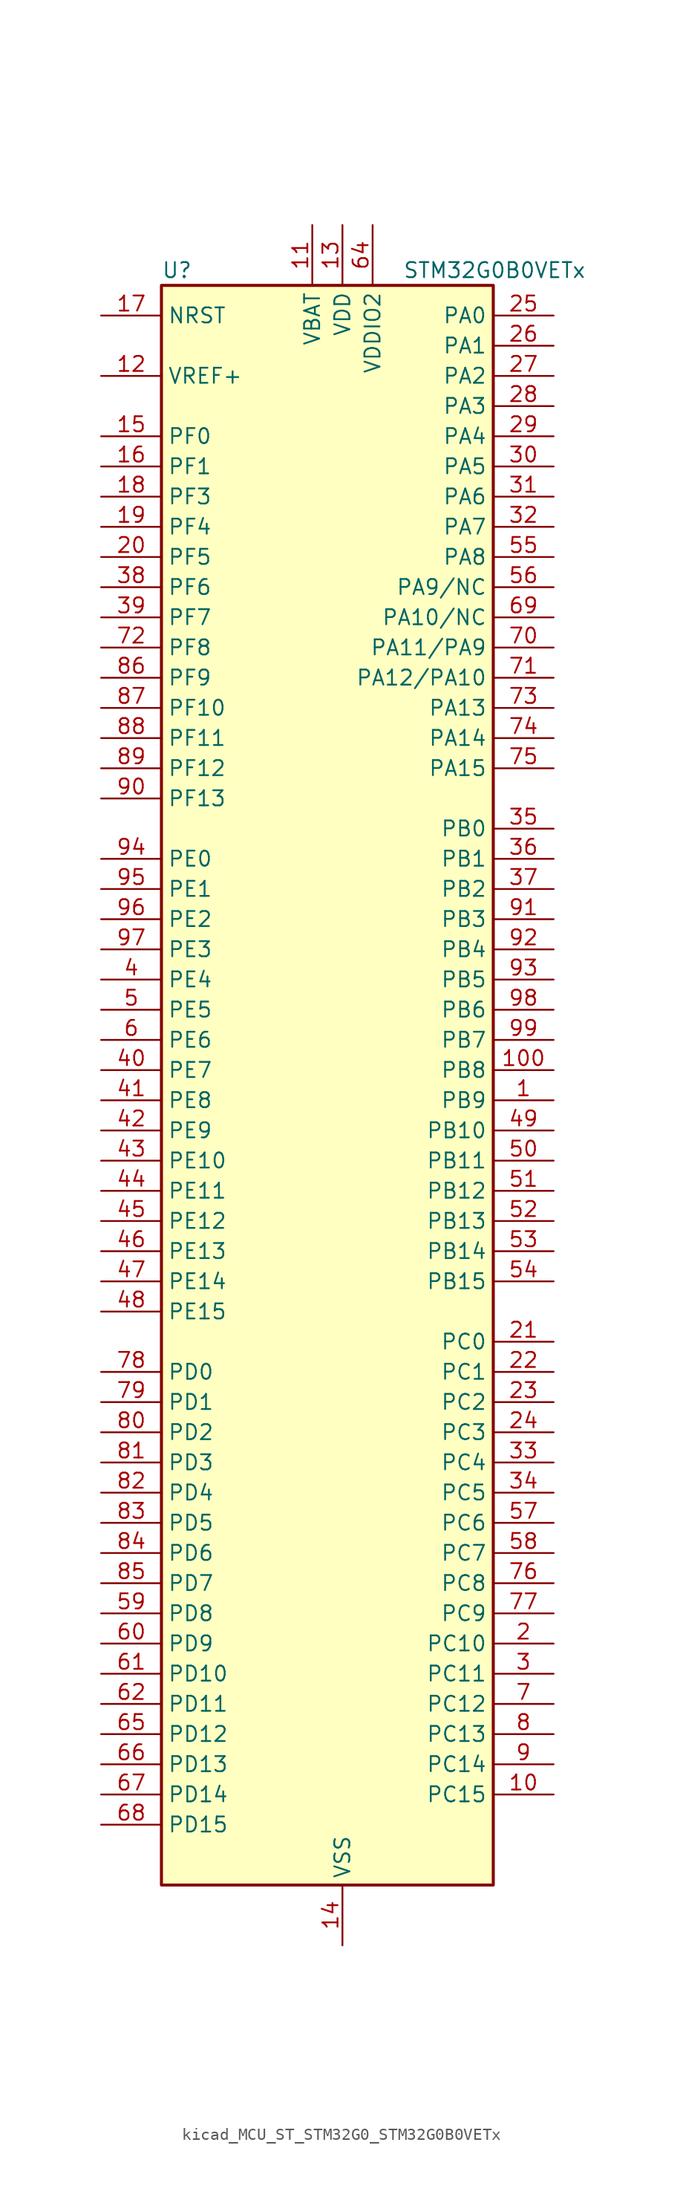
<source format=kicad_sym>
(kicad_symbol_lib
  (version 20220914)
  (generator kicad_symbol_editor)
  (symbol "kicad_MCU_ST_STM32G0_STM32G0B0VETx"
    (property "Reference" "U"
      (at -12.7 69.85 0)
      (effects (font (size 1.27 1.27)) (justify left)))
    (property "Value" "STM32G0B0VETx"
      (at 7.62 69.85 0)
      (effects (font (size 1.27 1.27)) (justify left)))
    (property "ki_locked" ""
      (at 0 0 0)
      (effects (font (size 1.27 1.27))))
    (symbol "kicad_MCU_ST_STM32G0_STM32G0B0VETx_0_1"
      (rectangle (start -12.7 -66.04) (end 15.24 68.58) (stroke (width 0.254) (type default)) (fill (type background))))
    (symbol "kicad_MCU_ST_STM32G0_STM32G0B0VETx_1_1"
      (pin bidirectional line (at 20.32 0 180) (length 5.08) (name "PB9" (effects (font (size 1.27 1.27)))) (number "1" (effects (font (size 1.27 1.27)))) (alternate "I2C1_SDA" bidirectional line) (alternate "I2S2_WS" bidirectional line) (alternate "IR_OUT" bidirectional line) (alternate "SPI2_NSS" bidirectional line) (alternate "TIM17_CH1" bidirectional line) (alternate "TIM4_CH4" bidirectional line) (alternate "USART3_RX" bidirectional line) (alternate "USART6_RX" bidirectional line))
      (pin bidirectional line (at 20.32 -58.42 180) (length 5.08) (name "PC15" (effects (font (size 1.27 1.27)))) (number "10" (effects (font (size 1.27 1.27)))) (alternate "RCC_OSC32_EN" bidirectional line) (alternate "RCC_OSC32_OUT" bidirectional line) (alternate "RCC_OSC_EN" bidirectional line) (alternate "TIM15_BK" bidirectional line))
      (pin bidirectional line (at 20.32 2.54 180) (length 5.08) (name "PB8" (effects (font (size 1.27 1.27)))) (number "100" (effects (font (size 1.27 1.27)))) (alternate "I2C1_SCL" bidirectional line) (alternate "I2S2_CK" bidirectional line) (alternate "SPI2_SCK" bidirectional line) (alternate "TIM15_BK" bidirectional line) (alternate "TIM16_CH1" bidirectional line) (alternate "TIM4_CH3" bidirectional line) (alternate "USART3_TX" bidirectional line) (alternate "USART6_TX" bidirectional line))
      (pin power_in line (at 0 73.66 270) (length 5.08) (name "VBAT" (effects (font (size 1.27 1.27)))) (number "11" (effects (font (size 1.27 1.27)))))
      (pin input line (at -17.78 60.96 0) (length 5.08) (name "VREF+" (effects (font (size 1.27 1.27)))) (number "12" (effects (font (size 1.27 1.27)))))
      (pin power_in line (at 2.54 73.66 270) (length 5.08) (name "VDD" (effects (font (size 1.27 1.27)))) (number "13" (effects (font (size 1.27 1.27)))))
      (pin power_in line (at 2.54 -71.12 90) (length 5.08) (name "VSS" (effects (font (size 1.27 1.27)))) (number "14" (effects (font (size 1.27 1.27)))))
      (pin bidirectional line (at -17.78 55.88 0) (length 5.08) (name "PF0" (effects (font (size 1.27 1.27)))) (number "15" (effects (font (size 1.27 1.27)))) (alternate "CRS1_SYNC" bidirectional line) (alternate "RCC_OSC_IN" bidirectional line) (alternate "TIM14_CH1" bidirectional line))
      (pin bidirectional line (at -17.78 53.34 0) (length 5.08) (name "PF1" (effects (font (size 1.27 1.27)))) (number "16" (effects (font (size 1.27 1.27)))) (alternate "RCC_OSC_EN" bidirectional line) (alternate "RCC_OSC_OUT" bidirectional line) (alternate "TIM15_CH1N" bidirectional line))
      (pin input line (at -17.78 66.04 0) (length 5.08) (name "NRST" (effects (font (size 1.27 1.27)))) (number "17" (effects (font (size 1.27 1.27)))))
      (pin bidirectional line (at -17.78 50.8 0) (length 5.08) (name "PF3" (effects (font (size 1.27 1.27)))) (number "18" (effects (font (size 1.27 1.27)))) (alternate "USART6_CK" bidirectional line) (alternate "USART6_DE" bidirectional line) (alternate "USART6_RTS" bidirectional line))
      (pin bidirectional line (at -17.78 48.26 0) (length 5.08) (name "PF4" (effects (font (size 1.27 1.27)))) (number "19" (effects (font (size 1.27 1.27)))))
      (pin bidirectional line (at 20.32 -45.72 180) (length 5.08) (name "PC10" (effects (font (size 1.27 1.27)))) (number "2" (effects (font (size 1.27 1.27)))) (alternate "SPI3_SCK" bidirectional line) (alternate "TIM1_CH3" bidirectional line) (alternate "USART3_TX" bidirectional line) (alternate "USART4_TX" bidirectional line))
      (pin bidirectional line (at -17.78 45.72 0) (length 5.08) (name "PF5" (effects (font (size 1.27 1.27)))) (number "20" (effects (font (size 1.27 1.27)))))
      (pin bidirectional line (at 20.32 -20.32 180) (length 5.08) (name "PC0" (effects (font (size 1.27 1.27)))) (number "21" (effects (font (size 1.27 1.27)))) (alternate "I2C3_SCL" bidirectional line) (alternate "USART6_TX" bidirectional line))
      (pin bidirectional line (at 20.32 -22.86 180) (length 5.08) (name "PC1" (effects (font (size 1.27 1.27)))) (number "22" (effects (font (size 1.27 1.27)))) (alternate "I2C3_SDA" bidirectional line) (alternate "TIM15_CH1" bidirectional line) (alternate "USART6_RX" bidirectional line))
      (pin bidirectional line (at 20.32 -25.4 180) (length 5.08) (name "PC2" (effects (font (size 1.27 1.27)))) (number "23" (effects (font (size 1.27 1.27)))) (alternate "I2S2_MCK" bidirectional line) (alternate "SPI2_MISO" bidirectional line) (alternate "TIM15_CH2" bidirectional line))
      (pin bidirectional line (at 20.32 -27.94 180) (length 5.08) (name "PC3" (effects (font (size 1.27 1.27)))) (number "24" (effects (font (size 1.27 1.27)))) (alternate "I2S2_SD" bidirectional line) (alternate "SPI2_MOSI" bidirectional line))
      (pin bidirectional line (at 20.32 66.04 180) (length 5.08) (name "PA0" (effects (font (size 1.27 1.27)))) (number "25" (effects (font (size 1.27 1.27)))) (alternate "ADC1_IN0" bidirectional line) (alternate "I2S2_CK" bidirectional line) (alternate "RTC_TAMP_IN2" bidirectional line) (alternate "SPI2_SCK" bidirectional line) (alternate "SYS_WKUP1" bidirectional line) (alternate "USART2_CTS" bidirectional line) (alternate "USART2_NSS" bidirectional line) (alternate "USART4_TX" bidirectional line))
      (pin bidirectional line (at 20.32 63.5 180) (length 5.08) (name "PA1" (effects (font (size 1.27 1.27)))) (number "26" (effects (font (size 1.27 1.27)))) (alternate "ADC1_IN1" bidirectional line) (alternate "I2C1_SMBA" bidirectional line) (alternate "I2S1_CK" bidirectional line) (alternate "SPI1_SCK" bidirectional line) (alternate "TIM15_CH1N" bidirectional line) (alternate "USART2_CK" bidirectional line) (alternate "USART2_DE" bidirectional line) (alternate "USART2_RTS" bidirectional line) (alternate "USART4_RX" bidirectional line))
      (pin bidirectional line (at 20.32 60.96 180) (length 5.08) (name "PA2" (effects (font (size 1.27 1.27)))) (number "27" (effects (font (size 1.27 1.27)))) (alternate "ADC1_IN2" bidirectional line) (alternate "I2S1_SD" bidirectional line) (alternate "RCC_LSCO" bidirectional line) (alternate "SPI1_MOSI" bidirectional line) (alternate "SYS_WKUP4" bidirectional line) (alternate "TIM15_CH1" bidirectional line) (alternate "USART2_TX" bidirectional line))
      (pin bidirectional line (at 20.32 58.42 180) (length 5.08) (name "PA3" (effects (font (size 1.27 1.27)))) (number "28" (effects (font (size 1.27 1.27)))) (alternate "ADC1_IN3" bidirectional line) (alternate "I2S2_MCK" bidirectional line) (alternate "SPI2_MISO" bidirectional line) (alternate "TIM15_CH2" bidirectional line) (alternate "USART2_RX" bidirectional line))
      (pin bidirectional line (at 20.32 55.88 180) (length 5.08) (name "PA4" (effects (font (size 1.27 1.27)))) (number "29" (effects (font (size 1.27 1.27)))) (alternate "ADC1_IN4" bidirectional line) (alternate "I2S1_WS" bidirectional line) (alternate "I2S2_SD" bidirectional line) (alternate "RTC_OUT2" bidirectional line) (alternate "SPI1_NSS" bidirectional line) (alternate "SPI2_MOSI" bidirectional line) (alternate "SPI3_NSS" bidirectional line) (alternate "TIM14_CH1" bidirectional line) (alternate "USART6_TX" bidirectional line) (alternate "USB_NOE" bidirectional line))
      (pin bidirectional line (at 20.32 -48.26 180) (length 5.08) (name "PC11" (effects (font (size 1.27 1.27)))) (number "3" (effects (font (size 1.27 1.27)))) (alternate "ADC1_EXTI11" bidirectional line) (alternate "SPI3_MISO" bidirectional line) (alternate "TIM1_CH4" bidirectional line) (alternate "USART3_RX" bidirectional line) (alternate "USART4_RX" bidirectional line))
      (pin bidirectional line (at 20.32 53.34 180) (length 5.08) (name "PA5" (effects (font (size 1.27 1.27)))) (number "30" (effects (font (size 1.27 1.27)))) (alternate "ADC1_IN5" bidirectional line) (alternate "I2S1_CK" bidirectional line) (alternate "SPI1_SCK" bidirectional line) (alternate "USART3_TX" bidirectional line) (alternate "USART6_RX" bidirectional line))
      (pin bidirectional line (at 20.32 50.8 180) (length 5.08) (name "PA6" (effects (font (size 1.27 1.27)))) (number "31" (effects (font (size 1.27 1.27)))) (alternate "ADC1_IN6" bidirectional line) (alternate "I2C2_SDA" bidirectional line) (alternate "I2C3_SDA" bidirectional line) (alternate "I2S1_MCK" bidirectional line) (alternate "SPI1_MISO" bidirectional line) (alternate "TIM16_CH1" bidirectional line) (alternate "TIM1_BK" bidirectional line) (alternate "TIM3_CH1" bidirectional line) (alternate "USART3_CTS" bidirectional line) (alternate "USART3_NSS" bidirectional line) (alternate "USART6_CTS" bidirectional line) (alternate "USART6_NSS" bidirectional line))
      (pin bidirectional line (at 20.32 48.26 180) (length 5.08) (name "PA7" (effects (font (size 1.27 1.27)))) (number "32" (effects (font (size 1.27 1.27)))) (alternate "ADC1_IN7" bidirectional line) (alternate "I2C2_SCL" bidirectional line) (alternate "I2C3_SCL" bidirectional line) (alternate "I2S1_SD" bidirectional line) (alternate "SPI1_MOSI" bidirectional line) (alternate "TIM14_CH1" bidirectional line) (alternate "TIM17_CH1" bidirectional line) (alternate "TIM1_CH1N" bidirectional line) (alternate "TIM3_CH2" bidirectional line) (alternate "USART6_CK" bidirectional line) (alternate "USART6_DE" bidirectional line) (alternate "USART6_RTS" bidirectional line))
      (pin bidirectional line (at 20.32 -30.48 180) (length 5.08) (name "PC4" (effects (font (size 1.27 1.27)))) (number "33" (effects (font (size 1.27 1.27)))) (alternate "ADC1_IN17" bidirectional line) (alternate "USART1_TX" bidirectional line) (alternate "USART3_TX" bidirectional line))
      (pin bidirectional line (at 20.32 -33.02 180) (length 5.08) (name "PC5" (effects (font (size 1.27 1.27)))) (number "34" (effects (font (size 1.27 1.27)))) (alternate "ADC1_IN18" bidirectional line) (alternate "SYS_WKUP5" bidirectional line) (alternate "USART1_RX" bidirectional line) (alternate "USART3_RX" bidirectional line))
      (pin bidirectional line (at 20.32 22.86 180) (length 5.08) (name "PB0" (effects (font (size 1.27 1.27)))) (number "35" (effects (font (size 1.27 1.27)))) (alternate "ADC1_IN8" bidirectional line) (alternate "I2S1_WS" bidirectional line) (alternate "SPI1_NSS" bidirectional line) (alternate "TIM1_CH2N" bidirectional line) (alternate "TIM3_CH3" bidirectional line) (alternate "USART3_RX" bidirectional line) (alternate "USART5_TX" bidirectional line))
      (pin bidirectional line (at 20.32 20.32 180) (length 5.08) (name "PB1" (effects (font (size 1.27 1.27)))) (number "36" (effects (font (size 1.27 1.27)))) (alternate "ADC1_IN9" bidirectional line) (alternate "TIM14_CH1" bidirectional line) (alternate "TIM1_CH3N" bidirectional line) (alternate "TIM3_CH4" bidirectional line) (alternate "USART3_CK" bidirectional line) (alternate "USART3_DE" bidirectional line) (alternate "USART3_RTS" bidirectional line) (alternate "USART5_RX" bidirectional line))
      (pin bidirectional line (at 20.32 17.78 180) (length 5.08) (name "PB2" (effects (font (size 1.27 1.27)))) (number "37" (effects (font (size 1.27 1.27)))) (alternate "ADC1_IN10" bidirectional line) (alternate "I2S2_MCK" bidirectional line) (alternate "RCC_MCO_2" bidirectional line) (alternate "SPI2_MISO" bidirectional line) (alternate "USART3_TX" bidirectional line))
      (pin bidirectional line (at -17.78 43.18 0) (length 5.08) (name "PF6" (effects (font (size 1.27 1.27)))) (number "38" (effects (font (size 1.27 1.27)))))
      (pin bidirectional line (at -17.78 40.64 0) (length 5.08) (name "PF7" (effects (font (size 1.27 1.27)))) (number "39" (effects (font (size 1.27 1.27)))) (alternate "USART5_CTS" bidirectional line) (alternate "USART5_NSS" bidirectional line))
      (pin bidirectional line (at -17.78 10.16 0) (length 5.08) (name "PE4" (effects (font (size 1.27 1.27)))) (number "4" (effects (font (size 1.27 1.27)))) (alternate "TIM3_CH2" bidirectional line))
      (pin bidirectional line (at -17.78 2.54 0) (length 5.08) (name "PE7" (effects (font (size 1.27 1.27)))) (number "40" (effects (font (size 1.27 1.27)))) (alternate "TIM1_ETR" bidirectional line) (alternate "USART5_CK" bidirectional line) (alternate "USART5_DE" bidirectional line) (alternate "USART5_RTS" bidirectional line))
      (pin bidirectional line (at -17.78 0 0) (length 5.08) (name "PE8" (effects (font (size 1.27 1.27)))) (number "41" (effects (font (size 1.27 1.27)))) (alternate "TIM1_CH1N" bidirectional line) (alternate "USART4_TX" bidirectional line))
      (pin bidirectional line (at -17.78 -2.54 0) (length 5.08) (name "PE9" (effects (font (size 1.27 1.27)))) (number "42" (effects (font (size 1.27 1.27)))) (alternate "TIM1_CH1" bidirectional line) (alternate "USART4_RX" bidirectional line))
      (pin bidirectional line (at -17.78 -5.08 0) (length 5.08) (name "PE10" (effects (font (size 1.27 1.27)))) (number "43" (effects (font (size 1.27 1.27)))) (alternate "TIM1_CH2N" bidirectional line) (alternate "USART5_TX" bidirectional line))
      (pin bidirectional line (at -17.78 -7.62 0) (length 5.08) (name "PE11" (effects (font (size 1.27 1.27)))) (number "44" (effects (font (size 1.27 1.27)))) (alternate "ADC1_EXTI11" bidirectional line) (alternate "TIM1_CH2" bidirectional line) (alternate "USART5_RX" bidirectional line))
      (pin bidirectional line (at -17.78 -10.16 0) (length 5.08) (name "PE12" (effects (font (size 1.27 1.27)))) (number "45" (effects (font (size 1.27 1.27)))) (alternate "I2S1_WS" bidirectional line) (alternate "SPI1_NSS" bidirectional line) (alternate "TIM1_CH3N" bidirectional line))
      (pin bidirectional line (at -17.78 -12.7 0) (length 5.08) (name "PE13" (effects (font (size 1.27 1.27)))) (number "46" (effects (font (size 1.27 1.27)))) (alternate "I2S1_CK" bidirectional line) (alternate "SPI1_SCK" bidirectional line) (alternate "TIM1_CH3" bidirectional line))
      (pin bidirectional line (at -17.78 -15.24 0) (length 5.08) (name "PE14" (effects (font (size 1.27 1.27)))) (number "47" (effects (font (size 1.27 1.27)))) (alternate "I2S1_MCK" bidirectional line) (alternate "SPI1_MISO" bidirectional line) (alternate "TIM1_BK2" bidirectional line) (alternate "TIM1_CH4" bidirectional line))
      (pin bidirectional line (at -17.78 -17.78 0) (length 5.08) (name "PE15" (effects (font (size 1.27 1.27)))) (number "48" (effects (font (size 1.27 1.27)))) (alternate "I2S1_SD" bidirectional line) (alternate "SPI1_MOSI" bidirectional line) (alternate "TIM1_BK" bidirectional line))
      (pin bidirectional line (at 20.32 -2.54 180) (length 5.08) (name "PB10" (effects (font (size 1.27 1.27)))) (number "49" (effects (font (size 1.27 1.27)))) (alternate "ADC1_IN11" bidirectional line) (alternate "I2C2_SCL" bidirectional line) (alternate "I2S2_CK" bidirectional line) (alternate "SPI2_SCK" bidirectional line) (alternate "USART3_TX" bidirectional line))
      (pin bidirectional line (at -17.78 7.62 0) (length 5.08) (name "PE5" (effects (font (size 1.27 1.27)))) (number "5" (effects (font (size 1.27 1.27)))) (alternate "TIM3_CH3" bidirectional line))
      (pin bidirectional line (at 20.32 -5.08 180) (length 5.08) (name "PB11" (effects (font (size 1.27 1.27)))) (number "50" (effects (font (size 1.27 1.27)))) (alternate "ADC1_EXTI11" bidirectional line) (alternate "ADC1_IN15" bidirectional line) (alternate "I2C2_SDA" bidirectional line) (alternate "I2S2_SD" bidirectional line) (alternate "SPI2_MOSI" bidirectional line) (alternate "USART3_RX" bidirectional line))
      (pin bidirectional line (at 20.32 -7.62 180) (length 5.08) (name "PB12" (effects (font (size 1.27 1.27)))) (number "51" (effects (font (size 1.27 1.27)))) (alternate "ADC1_IN16" bidirectional line) (alternate "I2C2_SMBA" bidirectional line) (alternate "I2S2_WS" bidirectional line) (alternate "SPI2_NSS" bidirectional line) (alternate "TIM15_BK" bidirectional line) (alternate "TIM1_BK" bidirectional line))
      (pin bidirectional line (at 20.32 -10.16 180) (length 5.08) (name "PB13" (effects (font (size 1.27 1.27)))) (number "52" (effects (font (size 1.27 1.27)))) (alternate "I2C2_SCL" bidirectional line) (alternate "I2S2_CK" bidirectional line) (alternate "SPI2_SCK" bidirectional line) (alternate "TIM15_CH1N" bidirectional line) (alternate "TIM1_CH1N" bidirectional line) (alternate "USART3_CTS" bidirectional line) (alternate "USART3_NSS" bidirectional line))
      (pin bidirectional line (at 20.32 -12.7 180) (length 5.08) (name "PB14" (effects (font (size 1.27 1.27)))) (number "53" (effects (font (size 1.27 1.27)))) (alternate "I2C2_SDA" bidirectional line) (alternate "I2S2_MCK" bidirectional line) (alternate "SPI2_MISO" bidirectional line) (alternate "TIM15_CH1" bidirectional line) (alternate "TIM1_CH2N" bidirectional line) (alternate "USART3_CK" bidirectional line) (alternate "USART3_DE" bidirectional line) (alternate "USART3_RTS" bidirectional line) (alternate "USART6_CK" bidirectional line) (alternate "USART6_DE" bidirectional line) (alternate "USART6_RTS" bidirectional line))
      (pin bidirectional line (at 20.32 -15.24 180) (length 5.08) (name "PB15" (effects (font (size 1.27 1.27)))) (number "54" (effects (font (size 1.27 1.27)))) (alternate "I2S2_SD" bidirectional line) (alternate "RTC_REFIN" bidirectional line) (alternate "SPI2_MOSI" bidirectional line) (alternate "TIM15_CH1N" bidirectional line) (alternate "TIM15_CH2" bidirectional line) (alternate "TIM1_CH3N" bidirectional line) (alternate "USART6_CTS" bidirectional line) (alternate "USART6_NSS" bidirectional line))
      (pin bidirectional line (at 20.32 45.72 180) (length 5.08) (name "PA8" (effects (font (size 1.27 1.27)))) (number "55" (effects (font (size 1.27 1.27)))) (alternate "CRS1_SYNC" bidirectional line) (alternate "I2C2_SMBA" bidirectional line) (alternate "I2S2_WS" bidirectional line) (alternate "RCC_MCO" bidirectional line) (alternate "SPI2_NSS" bidirectional line) (alternate "TIM1_CH1" bidirectional line))
      (pin bidirectional line (at 20.32 43.18 180) (length 5.08) (name "PA9/NC" (effects (font (size 1.27 1.27)))) (number "56" (effects (font (size 1.27 1.27)))) (alternate "I2C1_SCL" bidirectional line) (alternate "I2C2_SCL" bidirectional line) (alternate "I2S2_MCK" bidirectional line) (alternate "RCC_MCO" bidirectional line) (alternate "SPI2_MISO" bidirectional line) (alternate "TIM15_BK" bidirectional line) (alternate "TIM1_CH2" bidirectional line) (alternate "USART1_TX" bidirectional line))
      (pin bidirectional line (at 20.32 -35.56 180) (length 5.08) (name "PC6" (effects (font (size 1.27 1.27)))) (number "57" (effects (font (size 1.27 1.27)))) (alternate "TIM3_CH1" bidirectional line))
      (pin bidirectional line (at 20.32 -38.1 180) (length 5.08) (name "PC7" (effects (font (size 1.27 1.27)))) (number "58" (effects (font (size 1.27 1.27)))) (alternate "TIM3_CH2" bidirectional line))
      (pin bidirectional line (at -17.78 -43.18 0) (length 5.08) (name "PD8" (effects (font (size 1.27 1.27)))) (number "59" (effects (font (size 1.27 1.27)))) (alternate "I2S1_CK" bidirectional line) (alternate "SPI1_SCK" bidirectional line) (alternate "USART3_TX" bidirectional line))
      (pin bidirectional line (at -17.78 5.08 0) (length 5.08) (name "PE6" (effects (font (size 1.27 1.27)))) (number "6" (effects (font (size 1.27 1.27)))) (alternate "RTC_TAMP_IN3" bidirectional line) (alternate "SYS_WKUP3" bidirectional line) (alternate "TIM3_CH4" bidirectional line))
      (pin bidirectional line (at -17.78 -45.72 0) (length 5.08) (name "PD9" (effects (font (size 1.27 1.27)))) (number "60" (effects (font (size 1.27 1.27)))) (alternate "I2S1_WS" bidirectional line) (alternate "SPI1_NSS" bidirectional line) (alternate "TIM1_BK2" bidirectional line) (alternate "USART3_RX" bidirectional line))
      (pin bidirectional line (at -17.78 -48.26 0) (length 5.08) (name "PD10" (effects (font (size 1.27 1.27)))) (number "61" (effects (font (size 1.27 1.27)))) (alternate "RCC_MCO" bidirectional line))
      (pin bidirectional line (at -17.78 -50.8 0) (length 5.08) (name "PD11" (effects (font (size 1.27 1.27)))) (number "62" (effects (font (size 1.27 1.27)))) (alternate "ADC1_EXTI11" bidirectional line) (alternate "USART3_CTS" bidirectional line) (alternate "USART3_NSS" bidirectional line))
      (pin passive line (at 2.54 -71.12 90) (length 5.08) hide (name "VSS" (effects (font (size 1.27 1.27)))) (number "63" (effects (font (size 1.27 1.27)))))
      (pin power_in line (at 5.08 73.66 270) (length 5.08) (name "VDDIO2" (effects (font (size 1.27 1.27)))) (number "64" (effects (font (size 1.27 1.27)))))
      (pin bidirectional line (at -17.78 -53.34 0) (length 5.08) (name "PD12" (effects (font (size 1.27 1.27)))) (number "65" (effects (font (size 1.27 1.27)))) (alternate "TIM4_CH1" bidirectional line) (alternate "USART3_CK" bidirectional line) (alternate "USART3_DE" bidirectional line) (alternate "USART3_RTS" bidirectional line))
      (pin bidirectional line (at -17.78 -55.88 0) (length 5.08) (name "PD13" (effects (font (size 1.27 1.27)))) (number "66" (effects (font (size 1.27 1.27)))) (alternate "TIM4_CH2" bidirectional line))
      (pin bidirectional line (at -17.78 -58.42 0) (length 5.08) (name "PD14" (effects (font (size 1.27 1.27)))) (number "67" (effects (font (size 1.27 1.27)))) (alternate "TIM4_CH3" bidirectional line))
      (pin bidirectional line (at -17.78 -60.96 0) (length 5.08) (name "PD15" (effects (font (size 1.27 1.27)))) (number "68" (effects (font (size 1.27 1.27)))) (alternate "CRS1_SYNC" bidirectional line) (alternate "TIM4_CH4" bidirectional line))
      (pin bidirectional line (at 20.32 40.64 180) (length 5.08) (name "PA10/NC" (effects (font (size 1.27 1.27)))) (number "69" (effects (font (size 1.27 1.27)))) (alternate "I2C1_SDA" bidirectional line) (alternate "I2C2_SDA" bidirectional line) (alternate "I2S2_SD" bidirectional line) (alternate "RCC_MCO_2" bidirectional line) (alternate "SPI2_MOSI" bidirectional line) (alternate "TIM17_BK" bidirectional line) (alternate "TIM1_CH3" bidirectional line) (alternate "USART1_RX" bidirectional line))
      (pin bidirectional line (at 20.32 -50.8 180) (length 5.08) (name "PC12" (effects (font (size 1.27 1.27)))) (number "7" (effects (font (size 1.27 1.27)))) (alternate "SPI3_MOSI" bidirectional line) (alternate "TIM14_CH1" bidirectional line) (alternate "USART5_TX" bidirectional line))
      (pin bidirectional line (at 20.32 38.1 180) (length 5.08) (name "PA11/PA9" (effects (font (size 1.27 1.27)))) (number "70" (effects (font (size 1.27 1.27)))) (alternate "ADC1_EXTI11" bidirectional line) (alternate "I2C2_SCL" bidirectional line) (alternate "I2S1_MCK" bidirectional line) (alternate "SPI1_MISO" bidirectional line) (alternate "TIM1_BK2" bidirectional line) (alternate "TIM1_CH4" bidirectional line) (alternate "USART1_CTS" bidirectional line) (alternate "USART1_NSS" bidirectional line) (alternate "USB_DM" bidirectional line))
      (pin bidirectional line (at 20.32 35.56 180) (length 5.08) (name "PA12/PA10" (effects (font (size 1.27 1.27)))) (number "71" (effects (font (size 1.27 1.27)))) (alternate "I2C2_SDA" bidirectional line) (alternate "I2S1_SD" bidirectional line) (alternate "I2S_CKIN" bidirectional line) (alternate "SPI1_MOSI" bidirectional line) (alternate "TIM1_ETR" bidirectional line) (alternate "USART1_CK" bidirectional line) (alternate "USART1_DE" bidirectional line) (alternate "USART1_RTS" bidirectional line) (alternate "USB_DP" bidirectional line))
      (pin bidirectional line (at -17.78 38.1 0) (length 5.08) (name "PF8" (effects (font (size 1.27 1.27)))) (number "72" (effects (font (size 1.27 1.27)))))
      (pin bidirectional line (at 20.32 33.02 180) (length 5.08) (name "PA13" (effects (font (size 1.27 1.27)))) (number "73" (effects (font (size 1.27 1.27)))) (alternate "IR_OUT" bidirectional line) (alternate "SYS_SWDIO" bidirectional line) (alternate "USB_NOE" bidirectional line))
      (pin bidirectional line (at 20.32 30.48 180) (length 5.08) (name "PA14" (effects (font (size 1.27 1.27)))) (number "74" (effects (font (size 1.27 1.27)))) (alternate "SYS_SWCLK" bidirectional line) (alternate "USART2_TX" bidirectional line))
      (pin bidirectional line (at 20.32 27.94 180) (length 5.08) (name "PA15" (effects (font (size 1.27 1.27)))) (number "75" (effects (font (size 1.27 1.27)))) (alternate "I2C2_SMBA" bidirectional line) (alternate "I2S1_WS" bidirectional line) (alternate "RCC_MCO_2" bidirectional line) (alternate "SPI1_NSS" bidirectional line) (alternate "SPI3_NSS" bidirectional line) (alternate "USART2_RX" bidirectional line) (alternate "USART3_CK" bidirectional line) (alternate "USART3_DE" bidirectional line) (alternate "USART3_RTS" bidirectional line) (alternate "USART4_CK" bidirectional line) (alternate "USART4_DE" bidirectional line) (alternate "USART4_RTS" bidirectional line) (alternate "USB_NOE" bidirectional line))
      (pin bidirectional line (at 20.32 -40.64 180) (length 5.08) (name "PC8" (effects (font (size 1.27 1.27)))) (number "76" (effects (font (size 1.27 1.27)))) (alternate "TIM1_CH1" bidirectional line) (alternate "TIM3_CH3" bidirectional line))
      (pin bidirectional line (at 20.32 -43.18 180) (length 5.08) (name "PC9" (effects (font (size 1.27 1.27)))) (number "77" (effects (font (size 1.27 1.27)))) (alternate "I2S_CKIN" bidirectional line) (alternate "TIM1_CH2" bidirectional line) (alternate "TIM3_CH4" bidirectional line) (alternate "USB_NOE" bidirectional line))
      (pin bidirectional line (at -17.78 -22.86 0) (length 5.08) (name "PD0" (effects (font (size 1.27 1.27)))) (number "78" (effects (font (size 1.27 1.27)))) (alternate "I2S2_WS" bidirectional line) (alternate "SPI2_NSS" bidirectional line) (alternate "TIM16_CH1" bidirectional line))
      (pin bidirectional line (at -17.78 -25.4 0) (length 5.08) (name "PD1" (effects (font (size 1.27 1.27)))) (number "79" (effects (font (size 1.27 1.27)))) (alternate "I2S2_CK" bidirectional line) (alternate "SPI2_SCK" bidirectional line) (alternate "TIM17_CH1" bidirectional line))
      (pin bidirectional line (at 20.32 -53.34 180) (length 5.08) (name "PC13" (effects (font (size 1.27 1.27)))) (number "8" (effects (font (size 1.27 1.27)))) (alternate "RTC_OUT1" bidirectional line) (alternate "RTC_TAMP_IN1" bidirectional line) (alternate "RTC_TS" bidirectional line) (alternate "SYS_WKUP2" bidirectional line) (alternate "TIM1_BK" bidirectional line))
      (pin bidirectional line (at -17.78 -27.94 0) (length 5.08) (name "PD2" (effects (font (size 1.27 1.27)))) (number "80" (effects (font (size 1.27 1.27)))) (alternate "TIM1_CH1N" bidirectional line) (alternate "TIM3_ETR" bidirectional line) (alternate "USART3_CK" bidirectional line) (alternate "USART3_DE" bidirectional line) (alternate "USART3_RTS" bidirectional line) (alternate "USART5_RX" bidirectional line))
      (pin bidirectional line (at -17.78 -30.48 0) (length 5.08) (name "PD3" (effects (font (size 1.27 1.27)))) (number "81" (effects (font (size 1.27 1.27)))) (alternate "I2S2_MCK" bidirectional line) (alternate "SPI2_MISO" bidirectional line) (alternate "TIM1_CH2N" bidirectional line) (alternate "USART2_CTS" bidirectional line) (alternate "USART2_NSS" bidirectional line) (alternate "USART5_TX" bidirectional line))
      (pin bidirectional line (at -17.78 -33.02 0) (length 5.08) (name "PD4" (effects (font (size 1.27 1.27)))) (number "82" (effects (font (size 1.27 1.27)))) (alternate "I2S2_SD" bidirectional line) (alternate "SPI2_MOSI" bidirectional line) (alternate "TIM1_CH3N" bidirectional line) (alternate "USART2_CK" bidirectional line) (alternate "USART2_DE" bidirectional line) (alternate "USART2_RTS" bidirectional line) (alternate "USART5_CK" bidirectional line) (alternate "USART5_DE" bidirectional line) (alternate "USART5_RTS" bidirectional line))
      (pin bidirectional line (at -17.78 -35.56 0) (length 5.08) (name "PD5" (effects (font (size 1.27 1.27)))) (number "83" (effects (font (size 1.27 1.27)))) (alternate "I2S1_MCK" bidirectional line) (alternate "SPI1_MISO" bidirectional line) (alternate "TIM1_BK" bidirectional line) (alternate "USART2_TX" bidirectional line) (alternate "USART5_CTS" bidirectional line) (alternate "USART5_NSS" bidirectional line))
      (pin bidirectional line (at -17.78 -38.1 0) (length 5.08) (name "PD6" (effects (font (size 1.27 1.27)))) (number "84" (effects (font (size 1.27 1.27)))) (alternate "I2S1_SD" bidirectional line) (alternate "SPI1_MOSI" bidirectional line) (alternate "USART2_RX" bidirectional line))
      (pin bidirectional line (at -17.78 -40.64 0) (length 5.08) (name "PD7" (effects (font (size 1.27 1.27)))) (number "85" (effects (font (size 1.27 1.27)))) (alternate "RCC_MCO_2" bidirectional line))
      (pin bidirectional line (at -17.78 35.56 0) (length 5.08) (name "PF9" (effects (font (size 1.27 1.27)))) (number "86" (effects (font (size 1.27 1.27)))) (alternate "USART6_TX" bidirectional line))
      (pin bidirectional line (at -17.78 33.02 0) (length 5.08) (name "PF10" (effects (font (size 1.27 1.27)))) (number "87" (effects (font (size 1.27 1.27)))) (alternate "USART6_RX" bidirectional line))
      (pin bidirectional line (at -17.78 30.48 0) (length 5.08) (name "PF11" (effects (font (size 1.27 1.27)))) (number "88" (effects (font (size 1.27 1.27)))) (alternate "ADC1_EXTI11" bidirectional line) (alternate "USART6_CK" bidirectional line) (alternate "USART6_DE" bidirectional line) (alternate "USART6_RTS" bidirectional line))
      (pin bidirectional line (at -17.78 27.94 0) (length 5.08) (name "PF12" (effects (font (size 1.27 1.27)))) (number "89" (effects (font (size 1.27 1.27)))) (alternate "TIM15_CH1" bidirectional line) (alternate "USART6_CTS" bidirectional line) (alternate "USART6_NSS" bidirectional line))
      (pin bidirectional line (at 20.32 -55.88 180) (length 5.08) (name "PC14" (effects (font (size 1.27 1.27)))) (number "9" (effects (font (size 1.27 1.27)))) (alternate "RCC_OSC32_IN" bidirectional line) (alternate "TIM1_BK2" bidirectional line))
      (pin bidirectional line (at -17.78 25.4 0) (length 5.08) (name "PF13" (effects (font (size 1.27 1.27)))) (number "90" (effects (font (size 1.27 1.27)))) (alternate "TIM15_CH2" bidirectional line))
      (pin bidirectional line (at 20.32 15.24 180) (length 5.08) (name "PB3" (effects (font (size 1.27 1.27)))) (number "91" (effects (font (size 1.27 1.27)))) (alternate "I2C2_SCL" bidirectional line) (alternate "I2C3_SCL" bidirectional line) (alternate "I2S1_CK" bidirectional line) (alternate "SPI1_SCK" bidirectional line) (alternate "SPI3_SCK" bidirectional line) (alternate "TIM1_CH2" bidirectional line) (alternate "USART1_CK" bidirectional line) (alternate "USART1_DE" bidirectional line) (alternate "USART1_RTS" bidirectional line) (alternate "USART5_TX" bidirectional line))
      (pin bidirectional line (at 20.32 12.7 180) (length 5.08) (name "PB4" (effects (font (size 1.27 1.27)))) (number "92" (effects (font (size 1.27 1.27)))) (alternate "I2C2_SDA" bidirectional line) (alternate "I2C3_SDA" bidirectional line) (alternate "I2S1_MCK" bidirectional line) (alternate "SPI1_MISO" bidirectional line) (alternate "SPI3_MISO" bidirectional line) (alternate "TIM17_BK" bidirectional line) (alternate "TIM3_CH1" bidirectional line) (alternate "USART1_CTS" bidirectional line) (alternate "USART1_NSS" bidirectional line) (alternate "USART5_RX" bidirectional line))
      (pin bidirectional line (at 20.32 10.16 180) (length 5.08) (name "PB5" (effects (font (size 1.27 1.27)))) (number "93" (effects (font (size 1.27 1.27)))) (alternate "I2C1_SMBA" bidirectional line) (alternate "I2S1_SD" bidirectional line) (alternate "SPI1_MOSI" bidirectional line) (alternate "SPI3_MOSI" bidirectional line) (alternate "SYS_WKUP6" bidirectional line) (alternate "TIM16_BK" bidirectional line) (alternate "TIM3_CH2" bidirectional line) (alternate "USART5_CK" bidirectional line) (alternate "USART5_DE" bidirectional line) (alternate "USART5_RTS" bidirectional line))
      (pin bidirectional line (at -17.78 20.32 0) (length 5.08) (name "PE0" (effects (font (size 1.27 1.27)))) (number "94" (effects (font (size 1.27 1.27)))) (alternate "TIM16_CH1" bidirectional line) (alternate "TIM4_ETR" bidirectional line))
      (pin bidirectional line (at -17.78 17.78 0) (length 5.08) (name "PE1" (effects (font (size 1.27 1.27)))) (number "95" (effects (font (size 1.27 1.27)))) (alternate "TIM17_CH1" bidirectional line))
      (pin bidirectional line (at -17.78 15.24 0) (length 5.08) (name "PE2" (effects (font (size 1.27 1.27)))) (number "96" (effects (font (size 1.27 1.27)))) (alternate "TIM3_ETR" bidirectional line))
      (pin bidirectional line (at -17.78 12.7 0) (length 5.08) (name "PE3" (effects (font (size 1.27 1.27)))) (number "97" (effects (font (size 1.27 1.27)))) (alternate "TIM3_CH1" bidirectional line))
      (pin bidirectional line (at 20.32 7.62 180) (length 5.08) (name "PB6" (effects (font (size 1.27 1.27)))) (number "98" (effects (font (size 1.27 1.27)))) (alternate "I2C1_SCL" bidirectional line) (alternate "I2S2_MCK" bidirectional line) (alternate "SPI2_MISO" bidirectional line) (alternate "TIM16_CH1N" bidirectional line) (alternate "TIM1_CH3" bidirectional line) (alternate "TIM4_CH1" bidirectional line) (alternate "USART1_TX" bidirectional line) (alternate "USART5_CTS" bidirectional line) (alternate "USART5_NSS" bidirectional line))
      (pin bidirectional line (at 20.32 5.08 180) (length 5.08) (name "PB7" (effects (font (size 1.27 1.27)))) (number "99" (effects (font (size 1.27 1.27)))) (alternate "I2C1_SDA" bidirectional line) (alternate "I2S2_SD" bidirectional line) (alternate "SPI2_MOSI" bidirectional line) (alternate "TIM17_CH1N" bidirectional line) (alternate "TIM4_CH2" bidirectional line) (alternate "USART1_RX" bidirectional line) (alternate "USART4_CTS" bidirectional line) (alternate "USART4_NSS" bidirectional line)))))
</source>
